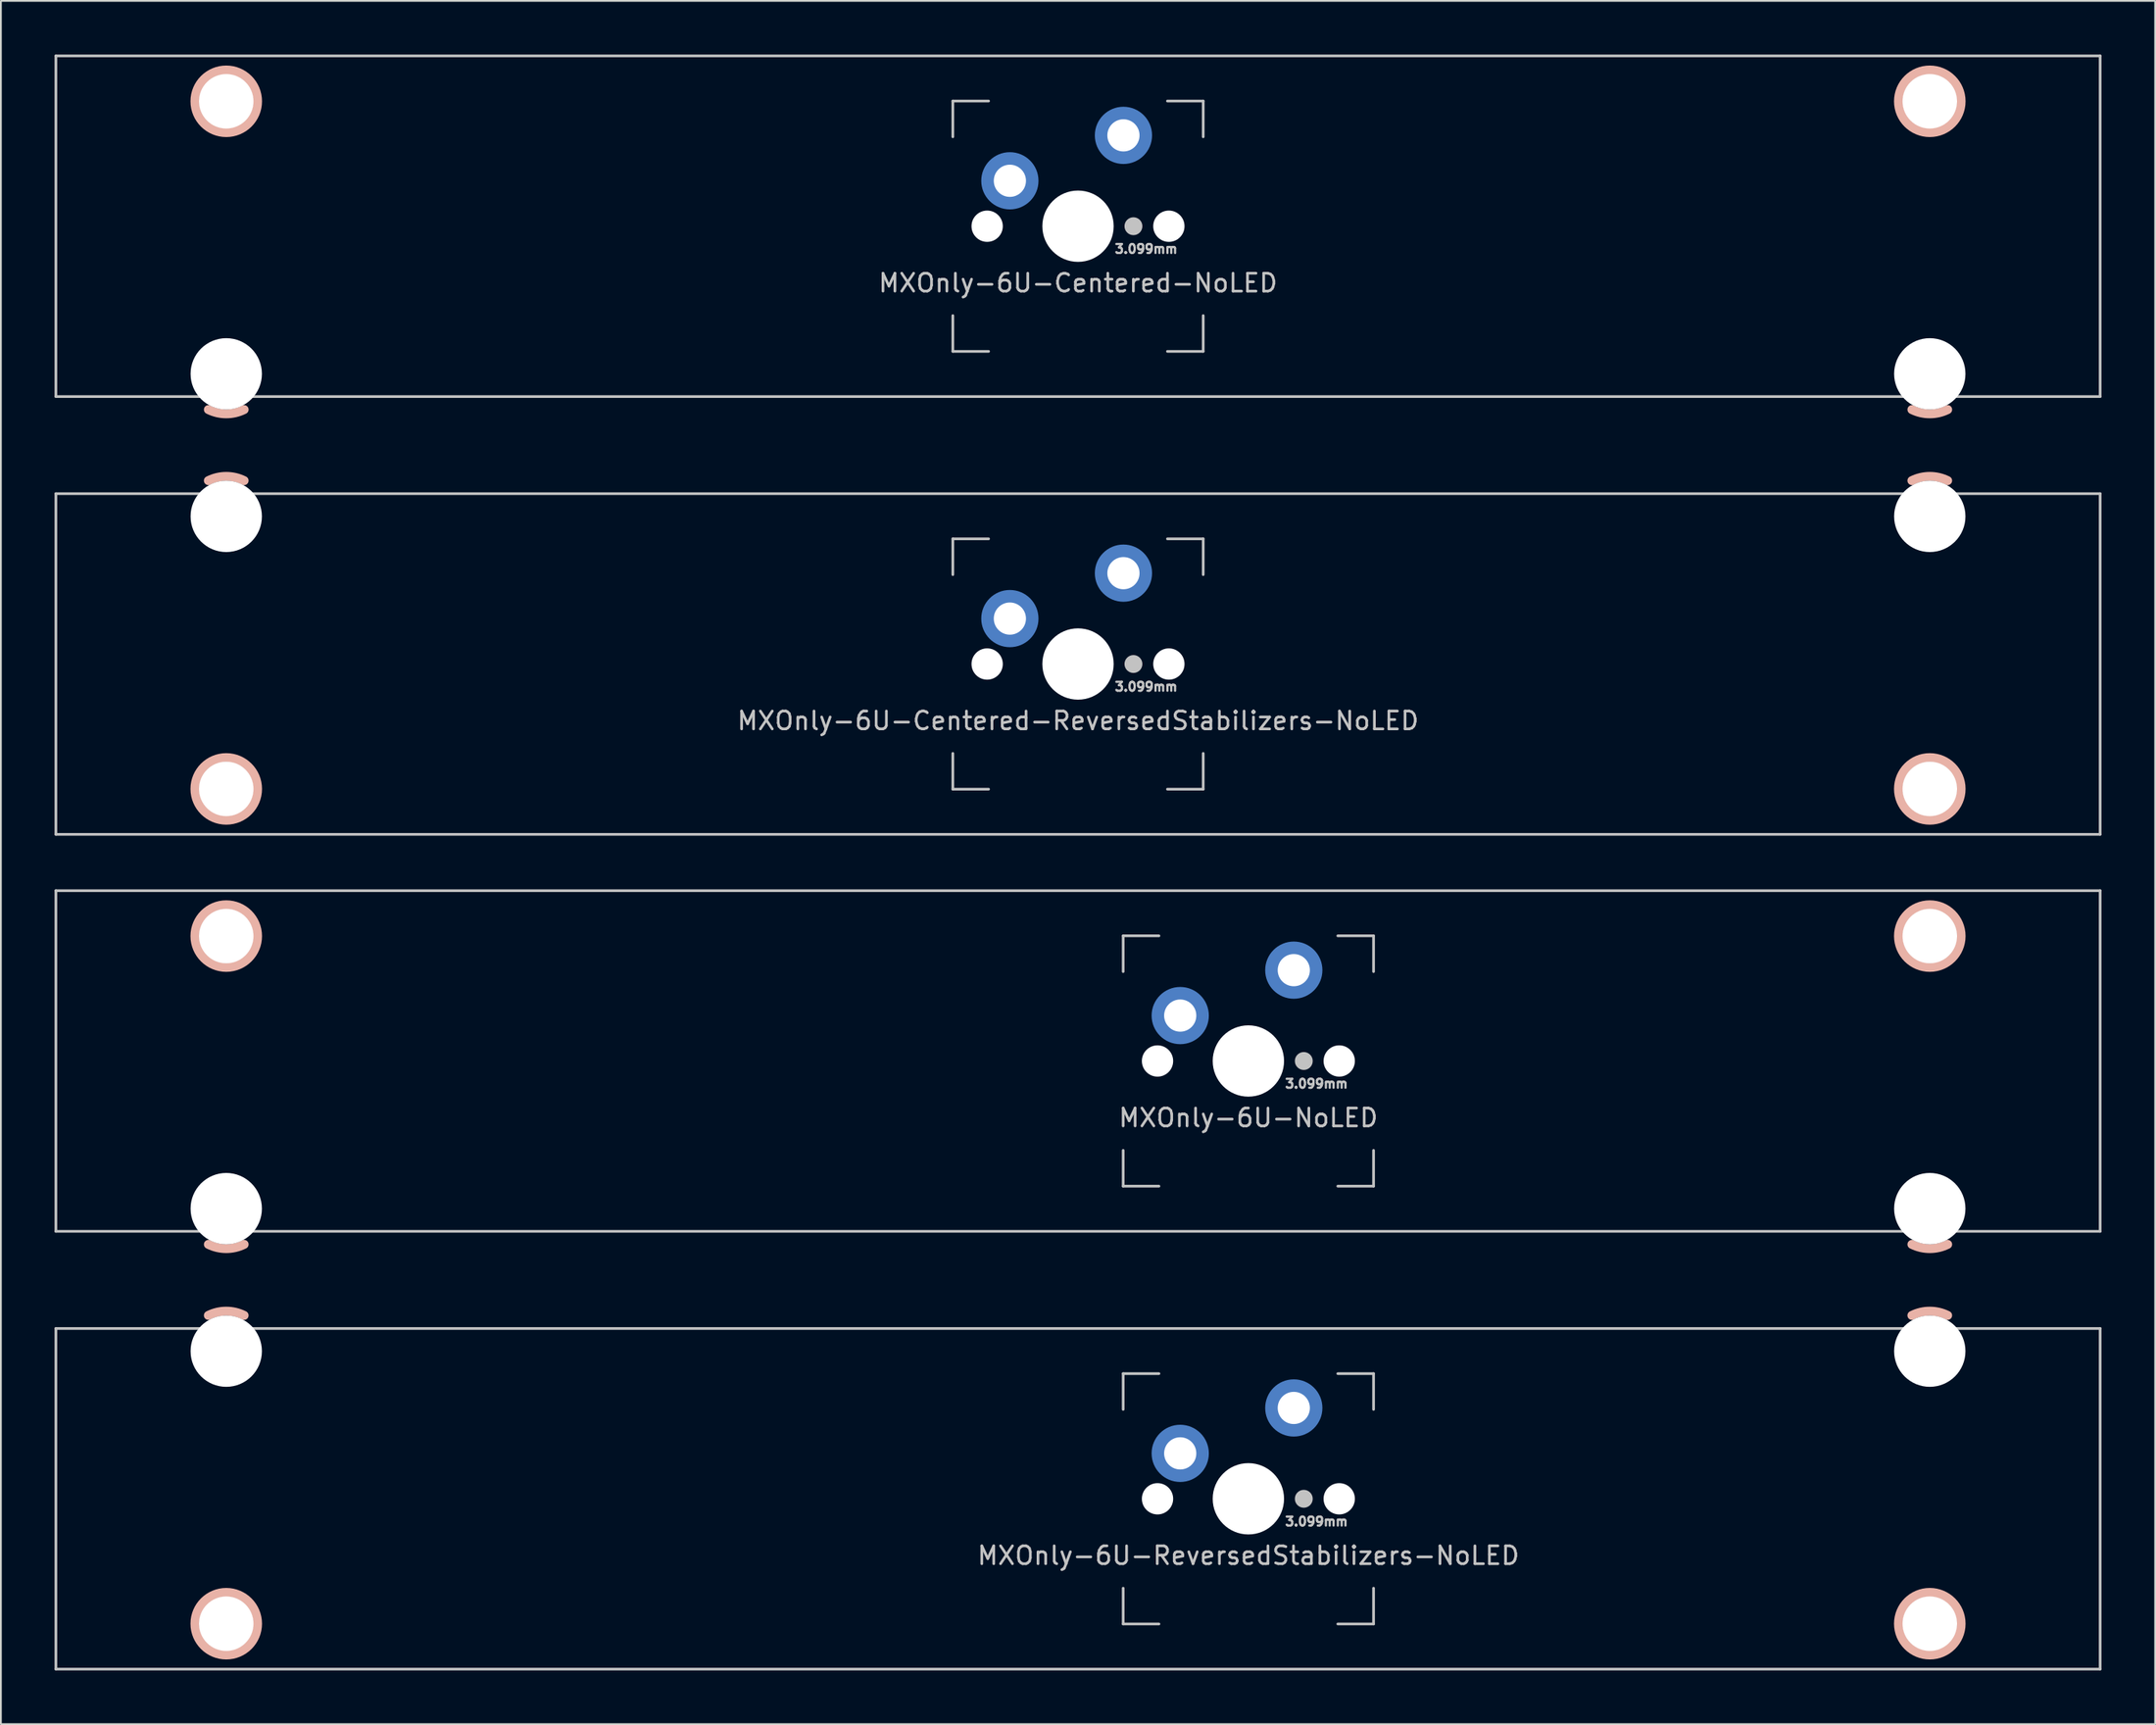
<source format=kicad_pcb>
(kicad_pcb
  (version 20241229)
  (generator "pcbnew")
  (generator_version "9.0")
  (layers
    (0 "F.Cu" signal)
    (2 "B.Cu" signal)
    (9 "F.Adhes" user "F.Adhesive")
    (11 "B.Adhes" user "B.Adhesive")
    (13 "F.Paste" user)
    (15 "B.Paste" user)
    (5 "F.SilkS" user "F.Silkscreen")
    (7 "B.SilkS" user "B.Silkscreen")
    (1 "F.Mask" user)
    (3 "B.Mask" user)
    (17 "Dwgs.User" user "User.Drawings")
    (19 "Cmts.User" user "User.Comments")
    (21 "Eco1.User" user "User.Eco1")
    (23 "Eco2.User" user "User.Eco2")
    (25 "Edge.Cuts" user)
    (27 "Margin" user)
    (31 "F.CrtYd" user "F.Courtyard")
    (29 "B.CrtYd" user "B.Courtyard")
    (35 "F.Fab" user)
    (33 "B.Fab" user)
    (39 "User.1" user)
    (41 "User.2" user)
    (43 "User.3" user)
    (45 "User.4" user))
  (footprint "MXOnly-6U-NoLED"
    (layer "F.Cu")
    (at 57.225 56.282)
    (property "Reference" "MXOnly-6U-NoLED" (at 9.525 3.175 0) (layer "Dwgs.User") (effects (font (size 1 1) (thickness 0.15))))
    (attr through_hole)
    (fp_arc (start -46.625 10.255) (mid -47.624413 10.491068) (end -48.623949 10.255525) (stroke (width 0.5) (type solid)) (layer "B.SilkS"))
    (fp_arc (start 48.625 10.255) (mid 47.625587 10.491068) (end 46.626051 10.255525) (stroke (width 0.5) (type solid)) (layer "B.SilkS"))
    (fp_circle (center -47.625 -6.985) (end -45.875 -6.985) (stroke (width 0.5) (type solid)) (fill no) (layer "B.SilkS"))
    (fp_circle (center 47.625 -6.985) (end 49.375 -6.985) (stroke (width 0.5) (type solid)) (fill no) (layer "B.SilkS"))
    (fp_line (start -57.15 -9.525) (end 57.15 -9.525) (stroke (width 0.15) (type solid)) (layer "Dwgs.User"))
    (fp_line (start -57.15 9.525) (end -57.15 -9.525) (stroke (width 0.15) (type solid)) (layer "Dwgs.User"))
    (fp_line (start -57.15 9.525) (end 57.15 9.525) (stroke (width 0.15) (type solid)) (layer "Dwgs.User"))
    (fp_line (start 2.525 -7) (end 2.525 -5) (stroke (width 0.15) (type solid)) (layer "Dwgs.User"))
    (fp_line (start 2.525 5) (end 2.525 7) (stroke (width 0.15) (type solid)) (layer "Dwgs.User"))
    (fp_line (start 2.525 7) (end 4.525 7) (stroke (width 0.15) (type solid)) (layer "Dwgs.User"))
    (fp_line (start 4.525 -7) (end 2.525 -7) (stroke (width 0.15) (type solid)) (layer "Dwgs.User"))
    (fp_line (start 14.525 -7) (end 16.525 -7) (stroke (width 0.15) (type solid)) (layer "Dwgs.User"))
    (fp_line (start 14.525 7) (end 16.525 7) (stroke (width 0.15) (type solid)) (layer "Dwgs.User"))
    (fp_line (start 16.525 -7) (end 16.525 -5) (stroke (width 0.15) (type solid)) (layer "Dwgs.User"))
    (fp_line (start 16.525 7) (end 16.525 5) (stroke (width 0.15) (type solid)) (layer "Dwgs.User"))
    (fp_line (start 57.15 -9.525) (end 57.15 9.525) (stroke (width 0.15) (type solid)) (layer "Dwgs.User"))
    (fp_text user "3.099mm" (at 13.335 1.27 0) (layer "Dwgs.User") (effects (font (size 0.5 0.5) (thickness 0.125))))
    (pad "" np_thru_hole circle (at -47.625 -6.985) (size 3.048 3.048) (drill 3.048) (layers "*.Cu" "*.Mask"))
    (pad "" np_thru_hole circle (at -47.625 8.255) (size 3.988 3.988) (drill 3.988) (layers "*.Cu" "*.Mask"))
    (pad "" np_thru_hole circle (at 4.445 0 48.1) (size 1.75 1.75) (drill 1.75) (layers "*.Cu" "*.Mask"))
    (pad "" smd circle (at 5.715 -2.54) (size 2.8 2.8) (layers "B.Mask"))
    (pad "" np_thru_hole circle (at 9.525 0) (size 3.988 3.988) (drill 3.988) (layers "*.Cu" "*.Mask"))
    (pad "" smd circle (at 12.065 -5.08) (size 2.8 2.8) (layers "B.Mask"))
    (pad "" smd circle (at 12.624 0) (size 1 1) (layers "Dwgs.User"))
    (pad "" np_thru_hole circle (at 14.605 0 48.1) (size 1.75 1.75) (drill 1.75) (layers "*.Cu" "*.Mask"))
    (pad "" np_thru_hole circle (at 47.625 -6.985) (size 3.048 3.048) (drill 3.048) (layers "*.Cu" "*.Mask"))
    (pad "" np_thru_hole circle (at 47.625 8.255) (size 3.988 3.988) (drill 3.988) (layers "*.Cu" "*.Mask"))
    (pad "1" thru_hole circle (at 5.715 -2.54) (size 2.4 2.4) (drill 1.8) (layers "*.Cu"))
    (pad "1" connect circle (at 5.715 -2.54) (size 3.2 3.2) (layers "B.Cu"))
    (pad "2" thru_hole circle (at 12.065 -5.08) (size 2.4 2.4) (drill 1.8) (layers "*.Cu"))
    (pad "2" connect circle (at 12.065 -5.08) (size 3.2 3.2) (layers "B.Cu")))
  (footprint "MXOnly-6U-Centered-ReversedStabilizers-NoLED"
    (layer "F.Cu")
    (at 57.225 34.082)
    (property "Reference" "MXOnly-6U-Centered-ReversedStabilizers-NoLED" (at 0 3.175 0) (layer "Dwgs.User") (effects (font (size 1 1) (thickness 0.15))))
    (attr through_hole)
    (fp_arc (start -48.625 -10.255) (mid -47.625587 -10.491068) (end -46.626051 -10.255525) (stroke (width 0.5) (type solid)) (layer "B.SilkS"))
    (fp_arc (start 46.625 -10.255) (mid 47.624413 -10.491068) (end 48.623949 -10.255525) (stroke (width 0.5) (type solid)) (layer "B.SilkS"))
    (fp_circle (center -47.625 6.985) (end -49.375 6.985) (stroke (width 0.5) (type solid)) (fill no) (layer "B.SilkS"))
    (fp_circle (center 47.625 6.985) (end 45.875 6.985) (stroke (width 0.5) (type solid)) (fill no) (layer "B.SilkS"))
    (fp_line (start -57.15 -9.525) (end 57.15 -9.525) (stroke (width 0.15) (type solid)) (layer "Dwgs.User"))
    (fp_line (start -57.15 9.525) (end -57.15 -9.525) (stroke (width 0.15) (type solid)) (layer "Dwgs.User"))
    (fp_line (start -57.15 9.525) (end 57.15 9.525) (stroke (width 0.15) (type solid)) (layer "Dwgs.User"))
    (fp_line (start -7 -7) (end -7 -5) (stroke (width 0.15) (type solid)) (layer "Dwgs.User"))
    (fp_line (start -7 5) (end -7 7) (stroke (width 0.15) (type solid)) (layer "Dwgs.User"))
    (fp_line (start -7 7) (end -5 7) (stroke (width 0.15) (type solid)) (layer "Dwgs.User"))
    (fp_line (start -5 -7) (end -7 -7) (stroke (width 0.15) (type solid)) (layer "Dwgs.User"))
    (fp_line (start 5 -7) (end 7 -7) (stroke (width 0.15) (type solid)) (layer "Dwgs.User"))
    (fp_line (start 5 7) (end 7 7) (stroke (width 0.15) (type solid)) (layer "Dwgs.User"))
    (fp_line (start 7 -7) (end 7 -5) (stroke (width 0.15) (type solid)) (layer "Dwgs.User"))
    (fp_line (start 7 7) (end 7 5) (stroke (width 0.15) (type solid)) (layer "Dwgs.User"))
    (fp_line (start 57.15 -9.525) (end 57.15 9.525) (stroke (width 0.15) (type solid)) (layer "Dwgs.User"))
    (fp_text user "3.099mm" (at 3.81 1.27 0) (layer "Dwgs.User") (effects (font (size 0.5 0.5) (thickness 0.125))))
    (pad "" np_thru_hole circle (at -47.625 -8.255) (size 3.988 3.988) (drill 3.988) (layers "*.Cu" "*.Mask"))
    (pad "" np_thru_hole circle (at -47.625 6.985) (size 3.048 3.048) (drill 3.048) (layers "*.Cu" "*.Mask"))
    (pad "" np_thru_hole circle (at -5.08 0 48.1) (size 1.75 1.75) (drill 1.75) (layers "*.Cu" "*.Mask"))
    (pad "" smd circle (at -3.81 -2.54) (size 2.8 2.8) (layers "B.Mask"))
    (pad "" np_thru_hole circle (at 0 0) (size 3.988 3.988) (drill 3.988) (layers "*.Cu" "*.Mask"))
    (pad "" smd circle (at 2.54 -5.08) (size 2.8 2.8) (layers "B.Mask"))
    (pad "" smd circle (at 3.099 0) (size 1 1) (layers "Dwgs.User"))
    (pad "" np_thru_hole circle (at 5.08 0 48.1) (size 1.75 1.75) (drill 1.75) (layers "*.Cu" "*.Mask"))
    (pad "" np_thru_hole circle (at 47.625 -8.255) (size 3.988 3.988) (drill 3.988) (layers "*.Cu" "*.Mask"))
    (pad "" np_thru_hole circle (at 47.625 6.985) (size 3.048 3.048) (drill 3.048) (layers "*.Cu" "*.Mask"))
    (pad "1" thru_hole circle (at -3.81 -2.54) (size 2.4 2.4) (drill 1.8) (layers "*.Cu"))
    (pad "1" connect circle (at -3.81 -2.54) (size 3.2 3.2) (layers "B.Cu"))
    (pad "2" thru_hole circle (at 2.54 -5.08) (size 2.4 2.4) (drill 1.8) (layers "*.Cu"))
    (pad "2" connect circle (at 2.54 -5.08) (size 3.2 3.2) (layers "B.Cu")))
  (footprint "MXOnly-6U-Centered-NoLED"
    (layer "F.Cu")
    (at 57.225 9.6)
    (property "Reference" "MXOnly-6U-Centered-NoLED" (at 0 3.175 0) (layer "Dwgs.User") (effects (font (size 1 1) (thickness 0.15))))
    (attr through_hole)
    (fp_arc (start -46.625 10.255) (mid -47.624413 10.491068) (end -48.623949 10.255525) (stroke (width 0.5) (type solid)) (layer "B.SilkS"))
    (fp_arc (start 48.625 10.255) (mid 47.625587 10.491068) (end 46.626051 10.255525) (stroke (width 0.5) (type solid)) (layer "B.SilkS"))
    (fp_circle (center -47.625 -6.985) (end -45.875 -6.985) (stroke (width 0.5) (type solid)) (fill no) (layer "B.SilkS"))
    (fp_circle (center 47.625 -6.985) (end 49.375 -6.985) (stroke (width 0.5) (type solid)) (fill no) (layer "B.SilkS"))
    (fp_line (start -57.15 -9.525) (end 57.15 -9.525) (stroke (width 0.15) (type solid)) (layer "Dwgs.User"))
    (fp_line (start -57.15 9.525) (end -57.15 -9.525) (stroke (width 0.15) (type solid)) (layer "Dwgs.User"))
    (fp_line (start -57.15 9.525) (end 57.15 9.525) (stroke (width 0.15) (type solid)) (layer "Dwgs.User"))
    (fp_line (start -7 -7) (end -7 -5) (stroke (width 0.15) (type solid)) (layer "Dwgs.User"))
    (fp_line (start -7 5) (end -7 7) (stroke (width 0.15) (type solid)) (layer "Dwgs.User"))
    (fp_line (start -7 7) (end -5 7) (stroke (width 0.15) (type solid)) (layer "Dwgs.User"))
    (fp_line (start -5 -7) (end -7 -7) (stroke (width 0.15) (type solid)) (layer "Dwgs.User"))
    (fp_line (start 5 -7) (end 7 -7) (stroke (width 0.15) (type solid)) (layer "Dwgs.User"))
    (fp_line (start 5 7) (end 7 7) (stroke (width 0.15) (type solid)) (layer "Dwgs.User"))
    (fp_line (start 7 -7) (end 7 -5) (stroke (width 0.15) (type solid)) (layer "Dwgs.User"))
    (fp_line (start 7 7) (end 7 5) (stroke (width 0.15) (type solid)) (layer "Dwgs.User"))
    (fp_line (start 57.15 -9.525) (end 57.15 9.525) (stroke (width 0.15) (type solid)) (layer "Dwgs.User"))
    (fp_text user "3.099mm" (at 3.81 1.27 0) (layer "Dwgs.User") (effects (font (size 0.5 0.5) (thickness 0.125))))
    (pad "" np_thru_hole circle (at -47.625 -6.985) (size 3.048 3.048) (drill 3.048) (layers "*.Cu" "*.Mask"))
    (pad "" np_thru_hole circle (at -47.625 8.255) (size 3.988 3.988) (drill 3.988) (layers "*.Cu" "*.Mask"))
    (pad "" np_thru_hole circle (at -5.08 0 48.1) (size 1.75 1.75) (drill 1.75) (layers "*.Cu" "*.Mask"))
    (pad "" smd circle (at -3.81 -2.54) (size 2.8 2.8) (layers "B.Mask"))
    (pad "" np_thru_hole circle (at 0 0) (size 3.988 3.988) (drill 3.988) (layers "*.Cu" "*.Mask"))
    (pad "" smd circle (at 2.54 -5.08) (size 2.8 2.8) (layers "B.Mask"))
    (pad "" smd circle (at 3.099 0) (size 1 1) (layers "Dwgs.User"))
    (pad "" np_thru_hole circle (at 5.08 0 48.1) (size 1.75 1.75) (drill 1.75) (layers "*.Cu" "*.Mask"))
    (pad "" np_thru_hole circle (at 47.625 -6.985) (size 3.048 3.048) (drill 3.048) (layers "*.Cu" "*.Mask"))
    (pad "" np_thru_hole circle (at 47.625 8.255) (size 3.988 3.988) (drill 3.988) (layers "*.Cu" "*.Mask"))
    (pad "1" thru_hole circle (at -3.81 -2.54) (size 2.4 2.4) (drill 1.8) (layers "*.Cu"))
    (pad "1" connect circle (at -3.81 -2.54) (size 3.2 3.2) (layers "B.Cu"))
    (pad "2" thru_hole circle (at 2.54 -5.08) (size 2.4 2.4) (drill 1.8) (layers "*.Cu"))
    (pad "2" connect circle (at 2.54 -5.08) (size 3.2 3.2) (layers "B.Cu")))
  (footprint "MXOnly-6U-ReversedStabilizers-NoLED"
    (layer "F.Cu")
    (at 57.225 80.764)
    (property "Reference" "MXOnly-6U-ReversedStabilizers-NoLED" (at 9.525 3.175 0) (layer "Dwgs.User") (effects (font (size 1 1) (thickness 0.15))))
    (attr through_hole)
    (fp_arc (start -48.625 -10.255) (mid -47.625587 -10.491068) (end -46.626051 -10.255525) (stroke (width 0.5) (type solid)) (layer "B.SilkS"))
    (fp_arc (start 46.625 -10.255) (mid 47.624413 -10.491068) (end 48.623949 -10.255525) (stroke (width 0.5) (type solid)) (layer "B.SilkS"))
    (fp_circle (center -47.625 6.985) (end -49.375 6.985) (stroke (width 0.5) (type solid)) (fill no) (layer "B.SilkS"))
    (fp_circle (center 47.625 6.985) (end 45.875 6.985) (stroke (width 0.5) (type solid)) (fill no) (layer "B.SilkS"))
    (fp_line (start -57.15 -9.525) (end 57.15 -9.525) (stroke (width 0.15) (type solid)) (layer "Dwgs.User"))
    (fp_line (start -57.15 9.525) (end -57.15 -9.525) (stroke (width 0.15) (type solid)) (layer "Dwgs.User"))
    (fp_line (start -57.15 9.525) (end 57.15 9.525) (stroke (width 0.15) (type solid)) (layer "Dwgs.User"))
    (fp_line (start 2.525 -7) (end 2.525 -5) (stroke (width 0.15) (type solid)) (layer "Dwgs.User"))
    (fp_line (start 2.525 5) (end 2.525 7) (stroke (width 0.15) (type solid)) (layer "Dwgs.User"))
    (fp_line (start 2.525 7) (end 4.525 7) (stroke (width 0.15) (type solid)) (layer "Dwgs.User"))
    (fp_line (start 4.525 -7) (end 2.525 -7) (stroke (width 0.15) (type solid)) (layer "Dwgs.User"))
    (fp_line (start 14.525 -7) (end 16.525 -7) (stroke (width 0.15) (type solid)) (layer "Dwgs.User"))
    (fp_line (start 14.525 7) (end 16.525 7) (stroke (width 0.15) (type solid)) (layer "Dwgs.User"))
    (fp_line (start 16.525 -7) (end 16.525 -5) (stroke (width 0.15) (type solid)) (layer "Dwgs.User"))
    (fp_line (start 16.525 7) (end 16.525 5) (stroke (width 0.15) (type solid)) (layer "Dwgs.User"))
    (fp_line (start 57.15 -9.525) (end 57.15 9.525) (stroke (width 0.15) (type solid)) (layer "Dwgs.User"))
    (fp_text user "3.099mm" (at 13.335 1.27 0) (layer "Dwgs.User") (effects (font (size 0.5 0.5) (thickness 0.125))))
    (pad "" np_thru_hole circle (at -47.625 -8.255) (size 3.988 3.988) (drill 3.988) (layers "*.Cu" "*.Mask"))
    (pad "" np_thru_hole circle (at -47.625 6.985) (size 3.048 3.048) (drill 3.048) (layers "*.Cu" "*.Mask"))
    (pad "" np_thru_hole circle (at 4.445 0 48.1) (size 1.75 1.75) (drill 1.75) (layers "*.Cu" "*.Mask"))
    (pad "" smd circle (at 5.715 -2.54) (size 2.8 2.8) (layers "B.Mask"))
    (pad "" np_thru_hole circle (at 9.525 0) (size 3.988 3.988) (drill 3.988) (layers "*.Cu" "*.Mask"))
    (pad "" smd circle (at 12.065 -5.08) (size 2.8 2.8) (layers "B.Mask"))
    (pad "" smd circle (at 12.624 0) (size 1 1) (layers "Dwgs.User"))
    (pad "" np_thru_hole circle (at 14.605 0 48.1) (size 1.75 1.75) (drill 1.75) (layers "*.Cu" "*.Mask"))
    (pad "" np_thru_hole circle (at 47.625 -8.255) (size 3.988 3.988) (drill 3.988) (layers "*.Cu" "*.Mask"))
    (pad "" np_thru_hole circle (at 47.625 6.985) (size 3.048 3.048) (drill 3.048) (layers "*.Cu" "*.Mask"))
    (pad "1" thru_hole circle (at 5.715 -2.54) (size 2.4 2.4) (drill 1.8) (layers "*.Cu"))
    (pad "1" connect circle (at 5.715 -2.54) (size 3.2 3.2) (layers "B.Cu"))
    (pad "2" thru_hole circle (at 12.065 -5.08) (size 2.4 2.4) (drill 1.8) (layers "*.Cu"))
    (pad "2" connect circle (at 12.065 -5.08) (size 3.2 3.2) (layers "B.Cu")))
  (gr_rect
    (start -3 -3)
    (end 117.45 93.364)
    (stroke (width 0.1) (type default))
    (fill no)
    (layer "Edge.Cuts")))
</source>
